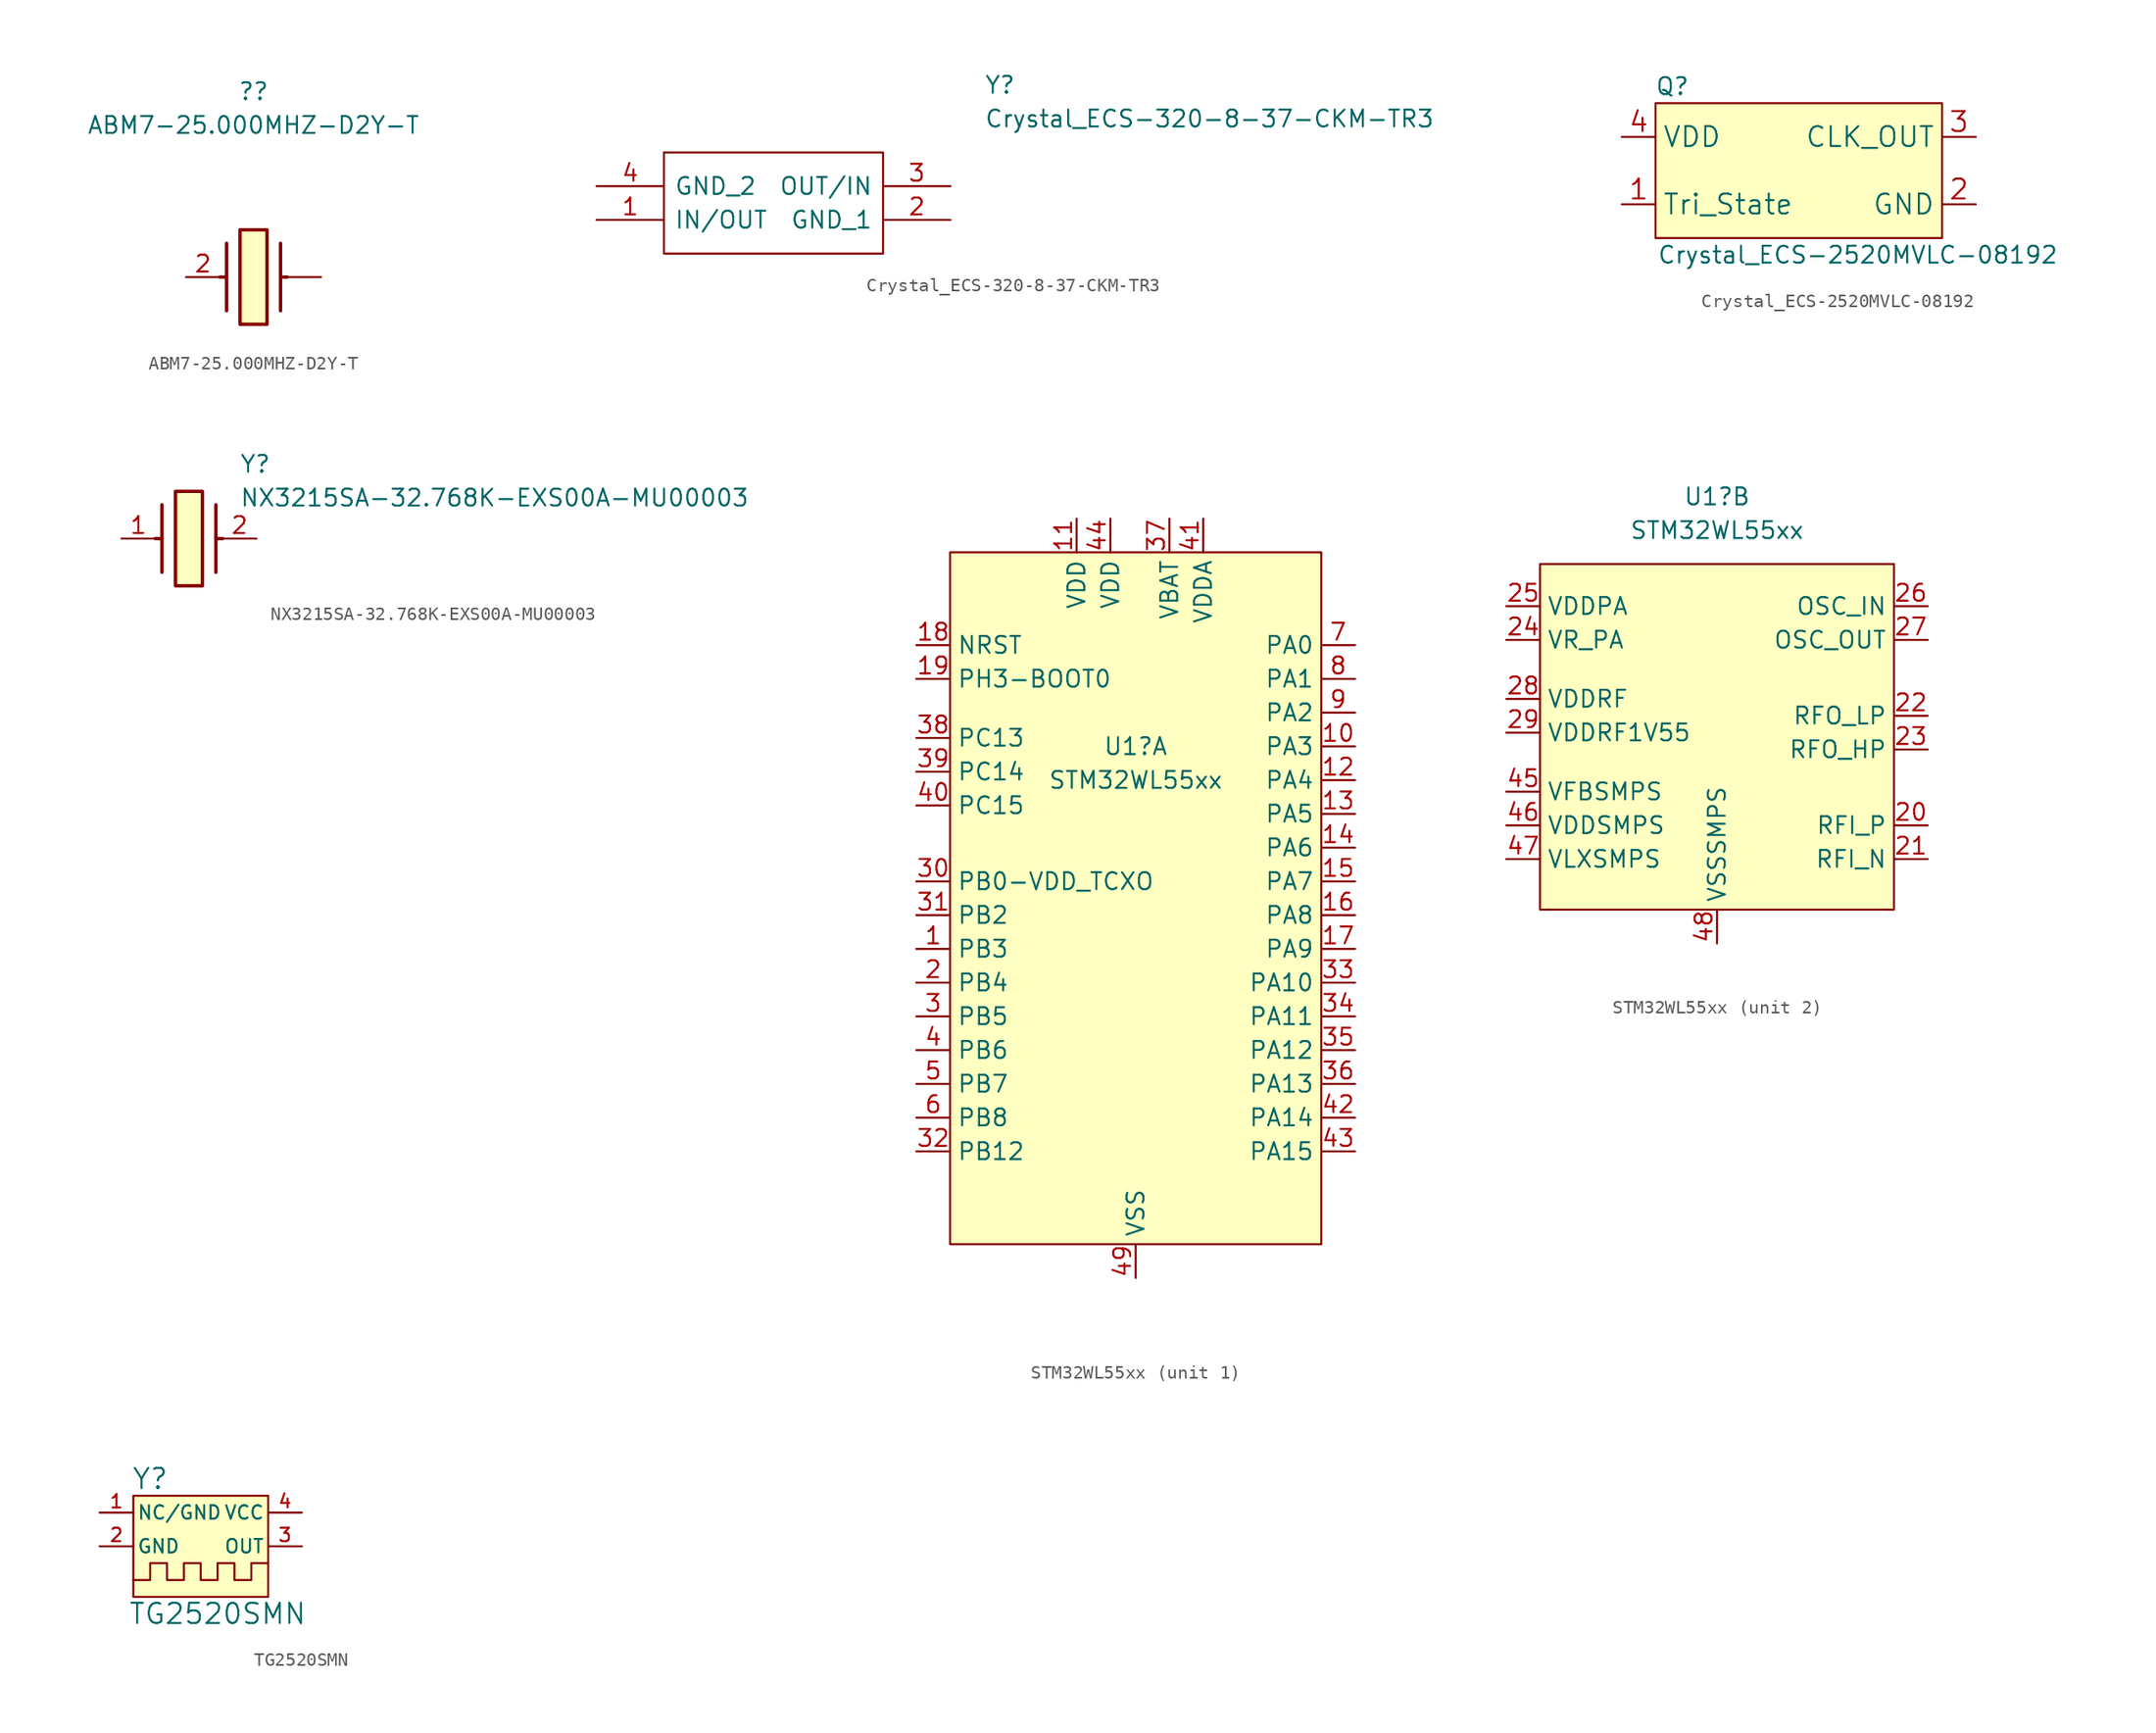
<source format=kicad_sym>
(kicad_symbol_lib
  (version 20220914)
  (generator kicad_symbol_editor)
  (symbol "ABM7-25.000MHZ-D2Y-T"
    (pin_names hide)
    (property "Reference" "?"
      (at 5.08 13.97 0)
      (effects (font (size 1.27 1.27))))
    (property "Value" "ABM7-25.000MHZ-D2Y-T"
      (at 5.08 11.43 0)
      (effects (font (size 1.27 1.27))))
    (symbol "ABM7-25.000MHZ-D2Y-T_1_1"
      (polyline (pts (xy 3.048 0) (xy 2.54 0)) (stroke (width 0.254) (type default)) (fill (type none)))
      (polyline (pts (xy 3.048 2.54) (xy 3.048 -2.54)) (stroke (width 0.254) (type default)) (fill (type none)))
      (polyline (pts (xy 7.112 0) (xy 7.62 0)) (stroke (width 0.254) (type default)) (fill (type none)))
      (polyline (pts (xy 7.112 2.54) (xy 7.112 -2.54)) (stroke (width 0.254) (type default)) (fill (type none)))
      (rectangle (start 4.064 3.556) (end 6.096 -3.556) (stroke (width 0.254) (type default)) (fill (type background)))
      (pin passive line (at 10.16 0 180) (length 2.54) (name "" (effects (font (size 1.27 1.27)))) (number "" (effects (font (size 1.27 1.27)))))
      (pin passive line (at 0 0 0) (length 2.54) (name "X2" (effects (font (size 1.27 1.27)))) (number "2" (effects (font (size 1.27 1.27)))))))
  (symbol "Crystal_ECS-320-8-37-CKM-TR3"
    (pin_names
      (offset 0.762))
    (property "Reference" "Y"
      (at 29.21 7.62 0)
      (effects (font (size 1.27 1.27)) (justify left)))
    (property "Value" "Crystal_ECS-320-8-37-CKM-TR3"
      (at 29.21 5.08 0)
      (effects (font (size 1.27 1.27)) (justify left)))
    (symbol "Crystal_ECS-320-8-37-CKM-TR3_0_0"
      (pin passive line (at 0 -2.54 0) (length 5.08) (name "IN/OUT" (effects (font (size 1.27 1.27)))) (number "1" (effects (font (size 1.27 1.27)))))
      (pin passive line (at 26.67 -2.54 180) (length 5.08) (name "GND_1" (effects (font (size 1.27 1.27)))) (number "2" (effects (font (size 1.27 1.27)))))
      (pin passive line (at 26.67 0 180) (length 5.08) (name "OUT/IN" (effects (font (size 1.27 1.27)))) (number "3" (effects (font (size 1.27 1.27)))))
      (pin passive line (at 0 0 0) (length 5.08) (name "GND_2" (effects (font (size 1.27 1.27)))) (number "4" (effects (font (size 1.27 1.27))))))
    (symbol "Crystal_ECS-320-8-37-CKM-TR3_0_1"
      (polyline (pts (xy 5.08 2.54) (xy 21.59 2.54) (xy 21.59 -5.08) (xy 5.08 -5.08) (xy 5.08 2.54)) (stroke (width 0.152) (type default)) (fill (type none)))))
  (symbol "Crystal_ECS-2520MVLC-08192"
    (property "Reference" "Q"
      (at -10.16 6.35 0)
      (effects (font (size 1.27 1.27))))
    (property "Value" "Crystal_ECS-2520MVLC-08192"
      (at 3.81 -6.35 0)
      (effects (font (size 1.27 1.27))))
    (symbol "Crystal_ECS-2520MVLC-08192_0_1"
      (rectangle (start -11.43 5.08) (end 10.16 -5.08) (stroke (width 0) (type default)) (fill (type background))))
    (symbol "Crystal_ECS-2520MVLC-08192_1_1"
      (pin input line (at -13.97 -2.54 0) (length 2.54) (name "Tri_State" (effects (font (size 1.499 1.499)))) (number "1" (effects (font (size 1.499 1.499)))))
      (pin unspecified line (at 12.7 -2.54 180) (length 2.54) (name "GND" (effects (font (size 1.499 1.499)))) (number "2" (effects (font (size 1.499 1.499)))))
      (pin unspecified line (at 12.7 2.54 180) (length 2.54) (name "CLK_OUT" (effects (font (size 1.499 1.499)))) (number "3" (effects (font (size 1.499 1.499)))))
      (pin power_in line (at -13.97 2.54 0) (length 2.54) (name "VDD" (effects (font (size 1.499 1.499)))) (number "4" (effects (font (size 1.499 1.499)))))))
  (symbol "NX3215SA-32.768K-EXS00A-MU00003"
    (pin_names hide)
    (property "Reference" "Y"
      (at 8.89 6.35 0)
      (effects (font (size 1.27 1.27)) (justify left top)))
    (property "Value" "NX3215SA-32.768K-EXS00A-MU00003"
      (at 8.89 3.81 0)
      (effects (font (size 1.27 1.27)) (justify left top)))
    (symbol "NX3215SA-32.768K-EXS00A-MU00003_1_1"
      (polyline (pts (xy 3.048 0) (xy 2.54 0)) (stroke (width 0.254) (type default)) (fill (type none)))
      (polyline (pts (xy 3.048 2.54) (xy 3.048 -2.54)) (stroke (width 0.254) (type default)) (fill (type none)))
      (polyline (pts (xy 7.112 0) (xy 7.62 0)) (stroke (width 0.254) (type default)) (fill (type none)))
      (polyline (pts (xy 7.112 2.54) (xy 7.112 -2.54)) (stroke (width 0.254) (type default)) (fill (type none)))
      (rectangle (start 4.064 3.556) (end 6.096 -3.556) (stroke (width 0.254) (type default)) (fill (type background)))
      (pin passive line (at 0 0 0) (length 2.54) (name "1" (effects (font (size 1.27 1.27)))) (number "1" (effects (font (size 1.27 1.27)))))
      (pin passive line (at 10.16 0 180) (length 2.54) (name "2" (effects (font (size 1.27 1.27)))) (number "2" (effects (font (size 1.27 1.27)))))))
  (symbol "STM32WL55xx"
    (property "Reference" "U1"
      (at 0 17.78 0)
      (effects (font (size 1.27 1.27))))
    (property "Value" "STM32WL55xx"
      (at 0 15.24 0)
      (effects (font (size 1.27 1.27))))
    (property "ki_locked" ""
      (at 0 0 0)
      (effects (font (size 1.27 1.27))))
    (symbol "STM32WL55xx_1_1"
      (rectangle (start -13.97 32.385) (end 13.97 -19.685) (stroke (width 0) (type default)) (fill (type background)))
      (pin bidirectional line (at -16.51 2.54 0) (length 2.54) (name "PB3" (effects (font (size 1.27 1.27)))) (number "1" (effects (font (size 1.27 1.27)))))
      (pin bidirectional line (at 16.51 17.78 180) (length 2.54) (name "PA3" (effects (font (size 1.27 1.27)))) (number "10" (effects (font (size 1.27 1.27)))))
      (pin power_in line (at -4.445 34.925 270) (length 2.54) (name "VDD" (effects (font (size 1.27 1.27)))) (number "11" (effects (font (size 1.27 1.27)))))
      (pin bidirectional line (at 16.51 15.24 180) (length 2.54) (name "PA4" (effects (font (size 1.27 1.27)))) (number "12" (effects (font (size 1.27 1.27)))))
      (pin bidirectional line (at 16.51 12.7 180) (length 2.54) (name "PA5" (effects (font (size 1.27 1.27)))) (number "13" (effects (font (size 1.27 1.27)))))
      (pin bidirectional line (at 16.51 10.16 180) (length 2.54) (name "PA6" (effects (font (size 1.27 1.27)))) (number "14" (effects (font (size 1.27 1.27)))))
      (pin bidirectional line (at 16.51 7.62 180) (length 2.54) (name "PA7" (effects (font (size 1.27 1.27)))) (number "15" (effects (font (size 1.27 1.27)))))
      (pin bidirectional line (at 16.51 5.08 180) (length 2.54) (name "PA8" (effects (font (size 1.27 1.27)))) (number "16" (effects (font (size 1.27 1.27)))))
      (pin bidirectional line (at 16.51 2.54 180) (length 2.54) (name "PA9" (effects (font (size 1.27 1.27)))) (number "17" (effects (font (size 1.27 1.27)))))
      (pin input line (at -16.51 25.4 0) (length 2.54) (name "NRST" (effects (font (size 1.27 1.27)))) (number "18" (effects (font (size 1.27 1.27)))))
      (pin input line (at -16.51 22.86 0) (length 2.54) (name "PH3-BOOT0" (effects (font (size 1.27 1.27)))) (number "19" (effects (font (size 1.27 1.27)))))
      (pin bidirectional line (at -16.51 0 0) (length 2.54) (name "PB4" (effects (font (size 1.27 1.27)))) (number "2" (effects (font (size 1.27 1.27)))))
      (pin bidirectional line (at -16.51 -2.54 0) (length 2.54) (name "PB5" (effects (font (size 1.27 1.27)))) (number "3" (effects (font (size 1.27 1.27)))))
      (pin bidirectional line (at -16.51 7.62 0) (length 2.54) (name "PB0-VDD_TCXO" (effects (font (size 1.27 1.27)))) (number "30" (effects (font (size 1.27 1.27)))))
      (pin bidirectional line (at -16.51 5.08 0) (length 2.54) (name "PB2" (effects (font (size 1.27 1.27)))) (number "31" (effects (font (size 1.27 1.27)))))
      (pin bidirectional line (at -16.51 -12.7 0) (length 2.54) (name "PB12" (effects (font (size 1.27 1.27)))) (number "32" (effects (font (size 1.27 1.27)))))
      (pin bidirectional line (at 16.51 0 180) (length 2.54) (name "PA10" (effects (font (size 1.27 1.27)))) (number "33" (effects (font (size 1.27 1.27)))))
      (pin bidirectional line (at 16.51 -2.54 180) (length 2.54) (name "PA11" (effects (font (size 1.27 1.27)))) (number "34" (effects (font (size 1.27 1.27)))))
      (pin bidirectional line (at 16.51 -5.08 180) (length 2.54) (name "PA12" (effects (font (size 1.27 1.27)))) (number "35" (effects (font (size 1.27 1.27)))))
      (pin bidirectional line (at 16.51 -7.62 180) (length 2.54) (name "PA13" (effects (font (size 1.27 1.27)))) (number "36" (effects (font (size 1.27 1.27)))))
      (pin power_in line (at 2.54 34.925 270) (length 2.54) (name "VBAT" (effects (font (size 1.27 1.27)))) (number "37" (effects (font (size 1.27 1.27)))))
      (pin bidirectional line (at -16.51 18.415 0) (length 2.54) (name "PC13" (effects (font (size 1.27 1.27)))) (number "38" (effects (font (size 1.27 1.27)))))
      (pin bidirectional line (at -16.51 15.875 0) (length 2.54) (name "PC14" (effects (font (size 1.27 1.27)))) (number "39" (effects (font (size 1.27 1.27)))))
      (pin bidirectional line (at -16.51 -5.08 0) (length 2.54) (name "PB6" (effects (font (size 1.27 1.27)))) (number "4" (effects (font (size 1.27 1.27)))))
      (pin bidirectional line (at -16.51 13.335 0) (length 2.54) (name "PC15" (effects (font (size 1.27 1.27)))) (number "40" (effects (font (size 1.27 1.27)))))
      (pin power_in line (at 5.08 34.925 270) (length 2.54) (name "VDDA" (effects (font (size 1.27 1.27)))) (number "41" (effects (font (size 1.27 1.27)))))
      (pin bidirectional line (at 16.51 -10.16 180) (length 2.54) (name "PA14" (effects (font (size 1.27 1.27)))) (number "42" (effects (font (size 1.27 1.27)))))
      (pin bidirectional line (at 16.51 -12.7 180) (length 2.54) (name "PA15" (effects (font (size 1.27 1.27)))) (number "43" (effects (font (size 1.27 1.27)))))
      (pin power_in line (at -1.905 34.925 270) (length 2.54) (name "VDD" (effects (font (size 1.27 1.27)))) (number "44" (effects (font (size 1.27 1.27)))))
      (pin power_in line (at 0 -22.225 90) (length 2.54) (name "VSS" (effects (font (size 1.27 1.27)))) (number "49" (effects (font (size 1.27 1.27)))))
      (pin bidirectional line (at -16.51 -7.62 0) (length 2.54) (name "PB7" (effects (font (size 1.27 1.27)))) (number "5" (effects (font (size 1.27 1.27)))))
      (pin bidirectional line (at -16.51 -10.16 0) (length 2.54) (name "PB8" (effects (font (size 1.27 1.27)))) (number "6" (effects (font (size 1.27 1.27)))))
      (pin bidirectional line (at 16.51 25.4 180) (length 2.54) (name "PA0" (effects (font (size 1.27 1.27)))) (number "7" (effects (font (size 1.27 1.27)))))
      (pin bidirectional line (at 16.51 22.86 180) (length 2.54) (name "PA1" (effects (font (size 1.27 1.27)))) (number "8" (effects (font (size 1.27 1.27)))))
      (pin bidirectional line (at 16.51 20.32 180) (length 2.54) (name "PA2" (effects (font (size 1.27 1.27)))) (number "9" (effects (font (size 1.27 1.27))))))
    (symbol "STM32WL55xx_2_1"
      (rectangle (start -13.335 12.7) (end 13.335 -13.335) (stroke (width 0) (type default)) (fill (type background)))
      (pin input line (at 15.875 -6.985 180) (length 2.54) (name "RFI_P" (effects (font (size 1.27 1.27)))) (number "20" (effects (font (size 1.27 1.27)))))
      (pin input line (at 15.875 -9.525 180) (length 2.54) (name "RFI_N" (effects (font (size 1.27 1.27)))) (number "21" (effects (font (size 1.27 1.27)))))
      (pin output line (at 15.875 1.27 180) (length 2.54) (name "RFO_LP" (effects (font (size 1.27 1.27)))) (number "22" (effects (font (size 1.27 1.27)))))
      (pin output line (at 15.875 -1.27 180) (length 2.54) (name "RFO_HP" (effects (font (size 1.27 1.27)))) (number "23" (effects (font (size 1.27 1.27)))))
      (pin power_in line (at -15.875 6.985 0) (length 2.54) (name "VR_PA" (effects (font (size 1.27 1.27)))) (number "24" (effects (font (size 1.27 1.27)))))
      (pin power_in line (at -15.875 9.525 0) (length 2.54) (name "VDDPA" (effects (font (size 1.27 1.27)))) (number "25" (effects (font (size 1.27 1.27)))))
      (pin input line (at 15.875 9.525 180) (length 2.54) (name "OSC_IN" (effects (font (size 1.27 1.27)))) (number "26" (effects (font (size 1.27 1.27)))))
      (pin output line (at 15.875 6.985 180) (length 2.54) (name "OSC_OUT" (effects (font (size 1.27 1.27)))) (number "27" (effects (font (size 1.27 1.27)))))
      (pin power_in line (at -15.875 2.54 0) (length 2.54) (name "VDDRF" (effects (font (size 1.27 1.27)))) (number "28" (effects (font (size 1.27 1.27)))))
      (pin power_in line (at -15.875 0 0) (length 2.54) (name "VDDRF1V55" (effects (font (size 1.27 1.27)))) (number "29" (effects (font (size 1.27 1.27)))))
      (pin power_in line (at -15.875 -4.445 0) (length 2.54) (name "VFBSMPS" (effects (font (size 1.27 1.27)))) (number "45" (effects (font (size 1.27 1.27)))))
      (pin power_in line (at -15.875 -6.985 0) (length 2.54) (name "VDDSMPS" (effects (font (size 1.27 1.27)))) (number "46" (effects (font (size 1.27 1.27)))))
      (pin power_in line (at -15.875 -9.525 0) (length 2.54) (name "VLXSMPS" (effects (font (size 1.27 1.27)))) (number "47" (effects (font (size 1.27 1.27)))))
      (pin power_in line (at 0 -15.875 90) (length 2.54) (name "VSSSMPS" (effects (font (size 1.27 1.27)))) (number "48" (effects (font (size 1.27 1.27)))))))
  (symbol "TG2520SMN"
    (pin_names
      (offset 0.254))
    (property "Reference" "Y"
      (at -3.81 3.81 0)
      (effects (font (size 1.524 1.524))))
    (property "Value" "TG2520SMN"
      (at 1.27 -6.35 0)
      (effects (font (size 1.524 1.524))))
    (property "Datasheet" ""
      (at 22.86 2.54 0)
      (effects (font (size 1.524 1.524))))
    (property "ki_locked" ""
      (at 0 0 0)
      (effects (font (size 1.27 1.27))))
    (symbol "TG2520SMN_1_1"
      (rectangle (start -5.08 2.54) (end 5.08 -5.08) (stroke (width 0) (type default)) (fill (type background)))
      (polyline (pts (xy 5.08 -2.54) (xy 3.81 -2.54) (xy 3.81 -3.81) (xy 2.54 -3.81) (xy 2.54 -2.54) (xy 1.27 -2.54) (xy 1.27 -3.81) (xy 0 -3.81) (xy 0 -2.54) (xy -1.27 -2.54) (xy -1.27 -3.81) (xy -2.54 -3.81) (xy -2.54 -2.54) (xy -3.81 -2.54) (xy -3.81 -3.81) (xy -5.08 -3.81)) (stroke (width 0) (type default)) (fill (type none)))
      (pin input line (at -7.62 1.27 0) (length 2.54) (name "NC/GND" (effects (font (size 1.016 1.016)))) (number "1" (effects (font (size 1.016 1.016)))))
      (pin power_in line (at -7.62 -1.27 0) (length 2.54) (name "GND" (effects (font (size 1.016 1.016)))) (number "2" (effects (font (size 1.016 1.016)))))
      (pin output line (at 7.62 -1.27 180) (length 2.54) (name "OUT" (effects (font (size 1.016 1.016)))) (number "3" (effects (font (size 1.016 1.016)))))
      (pin power_in line (at 7.62 1.27 180) (length 2.54) (name "VCC" (effects (font (size 1.016 1.016)))) (number "4" (effects (font (size 1.016 1.016))))))))
</source>
